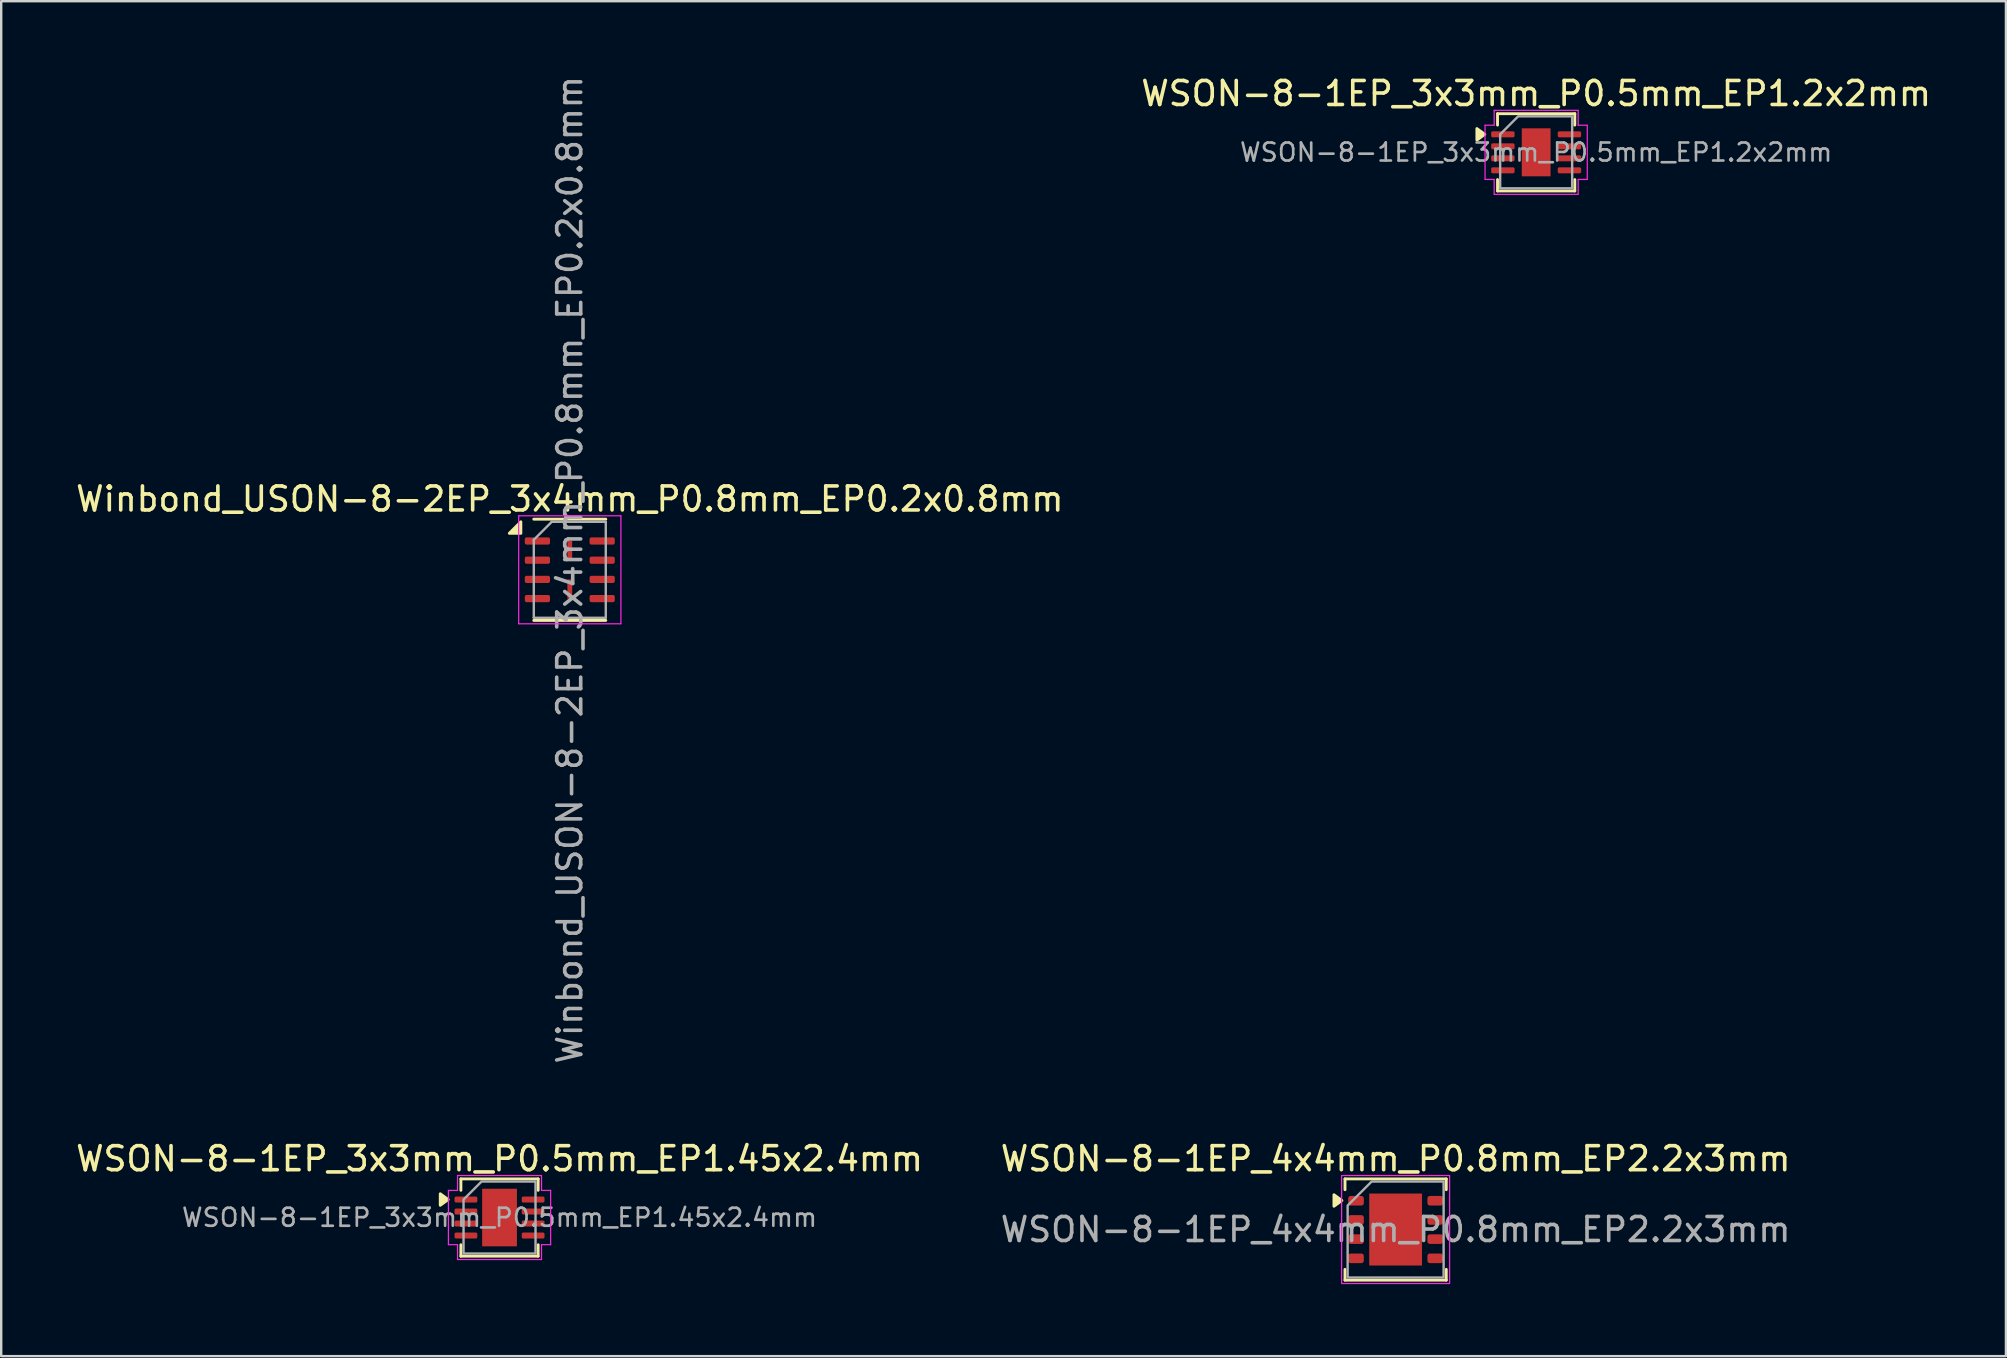
<source format=kicad_pcb>
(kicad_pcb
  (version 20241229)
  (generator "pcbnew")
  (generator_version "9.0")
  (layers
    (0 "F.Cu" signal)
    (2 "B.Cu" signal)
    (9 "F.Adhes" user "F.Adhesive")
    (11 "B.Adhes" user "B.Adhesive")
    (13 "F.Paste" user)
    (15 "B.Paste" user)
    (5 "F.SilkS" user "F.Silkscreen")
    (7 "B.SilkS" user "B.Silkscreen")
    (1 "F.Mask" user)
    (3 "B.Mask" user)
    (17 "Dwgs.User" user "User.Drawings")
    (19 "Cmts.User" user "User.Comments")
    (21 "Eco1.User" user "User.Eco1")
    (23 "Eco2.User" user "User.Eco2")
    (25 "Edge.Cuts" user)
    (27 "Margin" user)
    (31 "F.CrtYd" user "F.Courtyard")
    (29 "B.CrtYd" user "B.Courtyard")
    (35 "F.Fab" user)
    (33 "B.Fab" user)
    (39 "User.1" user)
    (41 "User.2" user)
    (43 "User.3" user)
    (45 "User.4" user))
  (footprint "Winbond_USON-8-2EP_3x4mm_P0.8mm_EP0.2x0.8mm"
    (layer "F.Cu")
    (at 20.696 20.696)
    (property "Reference" "Winbond_USON-8-2EP_3x4mm_P0.8mm_EP0.2x0.8mm" (at 0 -2.95 0) (layer "F.SilkS") (effects (font (size 1 1) (thickness 0.15))))
    (attr smd)
    (fp_line (start -1.5 -2.11) (end 1.5 -2.11) (stroke (width 0.12) (type solid)) (layer "F.SilkS"))
    (fp_line (start -1.5 2.11) (end 1.5 2.11) (stroke (width 0.12) (type solid)) (layer "F.SilkS"))
    (fp_poly (pts (xy -2.04 -1.52) (xy -2.52 -1.52) (xy -2.04 -2) (xy -2.04 -1.52)) (stroke (width 0.12) (type solid)) (fill yes) (layer "F.SilkS"))
    (fp_line (start -2.13 -2.25) (end -2.13 2.25) (stroke (width 0.05) (type solid)) (layer "F.CrtYd"))
    (fp_line (start -2.13 2.25) (end 2.13 2.25) (stroke (width 0.05) (type solid)) (layer "F.CrtYd"))
    (fp_line (start 2.13 -2.25) (end -2.13 -2.25) (stroke (width 0.05) (type solid)) (layer "F.CrtYd"))
    (fp_line (start 2.13 2.25) (end 2.13 -2.25) (stroke (width 0.05) (type solid)) (layer "F.CrtYd"))
    (fp_line (start -1.5 -1.25) (end -0.75 -2) (stroke (width 0.1) (type solid)) (layer "F.Fab"))
    (fp_line (start -1.5 2) (end -1.5 -1.25) (stroke (width 0.1) (type solid)) (layer "F.Fab"))
    (fp_line (start -0.75 -2) (end 1.5 -2) (stroke (width 0.1) (type solid)) (layer "F.Fab"))
    (fp_line (start 1.5 -2) (end 1.5 2) (stroke (width 0.1) (type solid)) (layer "F.Fab"))
    (fp_line (start 1.5 2) (end -1.5 2) (stroke (width 0.1) (type solid)) (layer "F.Fab"))
    (fp_text user "${REFERENCE}" (at 0 0 90) (layer "F.Fab") (effects (font (size 1 1) (thickness 0.15))))
    (pad "1" smd roundrect (at -1.35 -1.2) (size 1.05 0.3) (layers "F.Cu" "F.Mask" "F.Paste") (roundrect_rratio 0.25))
    (pad "2" smd roundrect (at -1.35 -0.4) (size 1.05 0.3) (layers "F.Cu" "F.Mask" "F.Paste") (roundrect_rratio 0.25))
    (pad "3" smd roundrect (at -1.35 0.4) (size 1.05 0.3) (layers "F.Cu" "F.Mask" "F.Paste") (roundrect_rratio 0.25))
    (pad "4" smd roundrect (at -1.35 1.2) (size 1.05 0.3) (layers "F.Cu" "F.Mask" "F.Paste") (roundrect_rratio 0.25))
    (pad "5" smd roundrect (at 1.35 1.2) (size 1.05 0.3) (layers "F.Cu" "F.Mask" "F.Paste") (roundrect_rratio 0.25))
    (pad "6" smd roundrect (at 1.35 0.4) (size 1.05 0.3) (layers "F.Cu" "F.Mask" "F.Paste") (roundrect_rratio 0.25))
    (pad "7" smd roundrect (at 1.35 -0.4) (size 1.05 0.3) (layers "F.Cu" "F.Mask" "F.Paste") (roundrect_rratio 0.25))
    (pad "8" smd roundrect (at 1.35 -1.2) (size 1.05 0.3) (layers "F.Cu" "F.Mask" "F.Paste") (roundrect_rratio 0.25))
    (pad "9" smd roundrect (at 0 -0.8) (size 0.2 0.8) (layers "F.Cu" "F.Mask" "F.Paste") (roundrect_rratio 0.02))
    (pad "9" smd roundrect (at 0 0.8) (size 0.2 0.8) (layers "F.Cu" "F.Mask" "F.Paste") (roundrect_rratio 0.02)))
  (footprint "WSON-8-1EP_3x3mm_P0.5mm_EP1.2x2mm"
    (layer "F.Cu")
    (at 60.97 3.298)
    (property "Reference" "WSON-8-1EP_3x3mm_P0.5mm_EP1.2x2mm" (at 0 -2.45 0) (layer "F.SilkS") (effects (font (size 1 1) (thickness 0.15))))
    (attr smd)
    (fp_line (start -1.61 -1.61) (end 1.61 -1.61) (stroke (width 0.12) (type solid)) (layer "F.SilkS"))
    (fp_line (start -1.61 -1.135) (end -1.61 -1.61) (stroke (width 0.12) (type solid)) (layer "F.SilkS"))
    (fp_line (start -1.61 1.61) (end -1.61 1.135) (stroke (width 0.12) (type solid)) (layer "F.SilkS"))
    (fp_line (start 1.61 -1.61) (end 1.61 -1.135) (stroke (width 0.12) (type solid)) (layer "F.SilkS"))
    (fp_line (start 1.61 1.135) (end 1.61 1.61) (stroke (width 0.12) (type solid)) (layer "F.SilkS"))
    (fp_line (start 1.61 1.61) (end -1.61 1.61) (stroke (width 0.12) (type solid)) (layer "F.SilkS"))
    (fp_poly (pts (xy -2.14 -0.75) (xy -2.47 -0.51) (xy -2.47 -0.99)) (stroke (width 0.12) (type solid)) (fill yes) (layer "F.SilkS"))
    (fp_line (start -2.13 -1.13) (end -1.75 -1.13) (stroke (width 0.05) (type solid)) (layer "F.CrtYd"))
    (fp_line (start -2.13 1.13) (end -2.13 -1.13) (stroke (width 0.05) (type solid)) (layer "F.CrtYd"))
    (fp_line (start -1.75 -1.75) (end 1.75 -1.75) (stroke (width 0.05) (type solid)) (layer "F.CrtYd"))
    (fp_line (start -1.75 -1.13) (end -1.75 -1.75) (stroke (width 0.05) (type solid)) (layer "F.CrtYd"))
    (fp_line (start -1.75 1.13) (end -2.13 1.13) (stroke (width 0.05) (type solid)) (layer "F.CrtYd"))
    (fp_line (start -1.75 1.75) (end -1.75 1.13) (stroke (width 0.05) (type solid)) (layer "F.CrtYd"))
    (fp_line (start 1.75 -1.75) (end 1.75 -1.13) (stroke (width 0.05) (type solid)) (layer "F.CrtYd"))
    (fp_line (start 1.75 -1.13) (end 2.13 -1.13) (stroke (width 0.05) (type solid)) (layer "F.CrtYd"))
    (fp_line (start 1.75 1.13) (end 1.75 1.75) (stroke (width 0.05) (type solid)) (layer "F.CrtYd"))
    (fp_line (start 1.75 1.75) (end -1.75 1.75) (stroke (width 0.05) (type solid)) (layer "F.CrtYd"))
    (fp_line (start 2.13 -1.13) (end 2.13 1.13) (stroke (width 0.05) (type solid)) (layer "F.CrtYd"))
    (fp_line (start 2.13 1.13) (end 1.75 1.13) (stroke (width 0.05) (type solid)) (layer "F.CrtYd"))
    (fp_poly (pts (xy -1.5 -0.75) (xy -1.5 1.5) (xy 1.5 1.5) (xy 1.5 -1.5) (xy -0.75 -1.5)) (stroke (width 0.1) (type solid)) (fill no) (layer "F.Fab"))
    (fp_text user "${REFERENCE}" (at 0 0 0) (layer "F.Fab") (effects (font (size 0.75 0.75) (thickness 0.11))))
    (pad "" smd roundrect (at 0 -0.5) (size 0.97 0.81) (layers "F.Paste") (roundrect_rratio 0.25))
    (pad "" smd roundrect (at 0 0.5) (size 0.97 0.81) (layers "F.Paste") (roundrect_rratio 0.25))
    (pad "1" smd roundrect (at -1.387 -0.75) (size 0.975 0.25) (layers "F.Cu" "F.Mask" "F.Paste") (roundrect_rratio 0.25))
    (pad "2" smd roundrect (at -1.387 -0.25) (size 0.975 0.25) (layers "F.Cu" "F.Mask" "F.Paste") (roundrect_rratio 0.25))
    (pad "3" smd roundrect (at -1.387 0.25) (size 0.975 0.25) (layers "F.Cu" "F.Mask" "F.Paste") (roundrect_rratio 0.25))
    (pad "4" smd roundrect (at -1.387 0.75) (size 0.975 0.25) (layers "F.Cu" "F.Mask" "F.Paste") (roundrect_rratio 0.25))
    (pad "5" smd roundrect (at 1.387 0.75) (size 0.975 0.25) (layers "F.Cu" "F.Mask" "F.Paste") (roundrect_rratio 0.25))
    (pad "6" smd roundrect (at 1.387 0.25) (size 0.975 0.25) (layers "F.Cu" "F.Mask" "F.Paste") (roundrect_rratio 0.25))
    (pad "7" smd roundrect (at 1.387 -0.25) (size 0.975 0.25) (layers "F.Cu" "F.Mask" "F.Paste") (roundrect_rratio 0.25))
    (pad "8" smd roundrect (at 1.387 -0.75) (size 0.975 0.25) (layers "F.Cu" "F.Mask" "F.Paste") (roundrect_rratio 0.25))
    (pad "9" smd rect (at 0 0) (size 1.2 2) (property pad_prop_heatsink) (layers "F.Cu" "F.Mask")))
  (footprint "WSON-8-1EP_3x3mm_P0.5mm_EP1.45x2.4mm"
    (layer "F.Cu")
    (at 17.768 47.691)
    (property "Reference" "WSON-8-1EP_3x3mm_P0.5mm_EP1.45x2.4mm" (at 0 -2.45 0) (layer "F.SilkS") (effects (font (size 1 1) (thickness 0.15))))
    (attr smd)
    (fp_line (start -1.61 -1.61) (end 1.61 -1.61) (stroke (width 0.12) (type solid)) (layer "F.SilkS"))
    (fp_line (start -1.61 -1.135) (end -1.61 -1.61) (stroke (width 0.12) (type solid)) (layer "F.SilkS"))
    (fp_line (start -1.61 1.61) (end -1.61 1.135) (stroke (width 0.12) (type solid)) (layer "F.SilkS"))
    (fp_line (start 1.61 -1.61) (end 1.61 -1.135) (stroke (width 0.12) (type solid)) (layer "F.SilkS"))
    (fp_line (start 1.61 1.135) (end 1.61 1.61) (stroke (width 0.12) (type solid)) (layer "F.SilkS"))
    (fp_line (start 1.61 1.61) (end -1.61 1.61) (stroke (width 0.12) (type solid)) (layer "F.SilkS"))
    (fp_poly (pts (xy -2.14 -0.75) (xy -2.47 -0.51) (xy -2.47 -0.99)) (stroke (width 0.12) (type solid)) (fill yes) (layer "F.SilkS"))
    (fp_line (start -2.13 -1.13) (end -1.75 -1.13) (stroke (width 0.05) (type solid)) (layer "F.CrtYd"))
    (fp_line (start -2.13 1.13) (end -2.13 -1.13) (stroke (width 0.05) (type solid)) (layer "F.CrtYd"))
    (fp_line (start -1.75 -1.75) (end 1.75 -1.75) (stroke (width 0.05) (type solid)) (layer "F.CrtYd"))
    (fp_line (start -1.75 -1.13) (end -1.75 -1.75) (stroke (width 0.05) (type solid)) (layer "F.CrtYd"))
    (fp_line (start -1.75 1.13) (end -2.13 1.13) (stroke (width 0.05) (type solid)) (layer "F.CrtYd"))
    (fp_line (start -1.75 1.75) (end -1.75 1.13) (stroke (width 0.05) (type solid)) (layer "F.CrtYd"))
    (fp_line (start 1.75 -1.75) (end 1.75 -1.13) (stroke (width 0.05) (type solid)) (layer "F.CrtYd"))
    (fp_line (start 1.75 -1.13) (end 2.13 -1.13) (stroke (width 0.05) (type solid)) (layer "F.CrtYd"))
    (fp_line (start 1.75 1.13) (end 1.75 1.75) (stroke (width 0.05) (type solid)) (layer "F.CrtYd"))
    (fp_line (start 1.75 1.75) (end -1.75 1.75) (stroke (width 0.05) (type solid)) (layer "F.CrtYd"))
    (fp_line (start 2.13 -1.13) (end 2.13 1.13) (stroke (width 0.05) (type solid)) (layer "F.CrtYd"))
    (fp_line (start 2.13 1.13) (end 1.75 1.13) (stroke (width 0.05) (type solid)) (layer "F.CrtYd"))
    (fp_poly (pts (xy -1.5 -0.75) (xy -1.5 1.5) (xy 1.5 1.5) (xy 1.5 -1.5) (xy -0.75 -1.5)) (stroke (width 0.1) (type solid)) (fill no) (layer "F.Fab"))
    (fp_text user "${REFERENCE}" (at 0 0 0) (layer "F.Fab") (effects (font (size 0.75 0.75) (thickness 0.11))))
    (pad "" smd roundrect (at 0 -0.6) (size 1.17 0.97) (layers "F.Paste") (roundrect_rratio 0.25))
    (pad "" smd roundrect (at 0 0.6) (size 1.17 0.97) (layers "F.Paste") (roundrect_rratio 0.25))
    (pad "1" smd roundrect (at -1.4 -0.75) (size 0.95 0.25) (layers "F.Cu" "F.Mask" "F.Paste") (roundrect_rratio 0.25))
    (pad "2" smd roundrect (at -1.4 -0.25) (size 0.95 0.25) (layers "F.Cu" "F.Mask" "F.Paste") (roundrect_rratio 0.25))
    (pad "3" smd roundrect (at -1.4 0.25) (size 0.95 0.25) (layers "F.Cu" "F.Mask" "F.Paste") (roundrect_rratio 0.25))
    (pad "4" smd roundrect (at -1.4 0.75) (size 0.95 0.25) (layers "F.Cu" "F.Mask" "F.Paste") (roundrect_rratio 0.25))
    (pad "5" smd roundrect (at 1.4 0.75) (size 0.95 0.25) (layers "F.Cu" "F.Mask" "F.Paste") (roundrect_rratio 0.25))
    (pad "6" smd roundrect (at 1.4 0.25) (size 0.95 0.25) (layers "F.Cu" "F.Mask" "F.Paste") (roundrect_rratio 0.25))
    (pad "7" smd roundrect (at 1.4 -0.25) (size 0.95 0.25) (layers "F.Cu" "F.Mask" "F.Paste") (roundrect_rratio 0.25))
    (pad "8" smd roundrect (at 1.4 -0.75) (size 0.95 0.25) (layers "F.Cu" "F.Mask" "F.Paste") (roundrect_rratio 0.25))
    (pad "9" smd rect (at 0 0) (size 1.45 2.4) (property pad_prop_heatsink) (layers "F.Cu" "F.Mask")))
  (footprint "WSON-8-1EP_4x4mm_P0.8mm_EP2.2x3mm"
    (layer "F.Cu")
    (at 55.113 48.191)
    (property "Reference" "WSON-8-1EP_4x4mm_P0.8mm_EP2.2x3mm" (at 0 -2.95 0) (layer "F.SilkS") (effects (font (size 1 1) (thickness 0.15))))
    (attr smd)
    (fp_line (start -2.11 -2.11) (end 2.11 -2.11) (stroke (width 0.12) (type solid)) (layer "F.SilkS"))
    (fp_line (start -2.11 -1.66) (end -2.11 -2.11) (stroke (width 0.12) (type solid)) (layer "F.SilkS"))
    (fp_line (start -2.11 2.11) (end -2.11 1.66) (stroke (width 0.12) (type solid)) (layer "F.SilkS"))
    (fp_line (start 2.11 -2.11) (end 2.11 -1.66) (stroke (width 0.12) (type solid)) (layer "F.SilkS"))
    (fp_line (start 2.11 1.66) (end 2.11 2.11) (stroke (width 0.12) (type solid)) (layer "F.SilkS"))
    (fp_line (start 2.11 2.11) (end -2.11 2.11) (stroke (width 0.12) (type solid)) (layer "F.SilkS"))
    (fp_poly (pts (xy -2.24 -1.21) (xy -2.57 -0.97) (xy -2.57 -1.45)) (stroke (width 0.12) (type solid)) (fill yes) (layer "F.SilkS"))
    (fp_rect (start -2.25 -2.25) (end 2.25 2.25) (stroke (width 0.05) (type solid)) (fill no) (layer "F.CrtYd"))
    (fp_poly (pts (xy -2 -1) (xy -2 2) (xy 2 2) (xy 2 -2) (xy -1 -2)) (stroke (width 0.1) (type solid)) (fill no) (layer "F.Fab"))
    (fp_text user "${REFERENCE}" (at 0 0 0) (layer "F.Fab") (effects (font (size 1 1) (thickness 0.15))))
    (pad "" smd roundrect (at -0.55 -0.75) (size 0.89 1.21) (layers "F.Paste") (roundrect_rratio 0.25))
    (pad "" smd roundrect (at -0.55 0.75) (size 0.89 1.21) (layers "F.Paste") (roundrect_rratio 0.25))
    (pad "" smd roundrect (at 0.55 -0.75) (size 0.89 1.21) (layers "F.Paste") (roundrect_rratio 0.25))
    (pad "" smd roundrect (at 0.55 0.75) (size 0.89 1.21) (layers "F.Paste") (roundrect_rratio 0.25))
    (pad "1" smd roundrect (at -1.65 -1.2) (size 0.65 0.4) (layers "F.Cu" "F.Mask" "F.Paste") (roundrect_rratio 0.25))
    (pad "2" smd roundrect (at -1.65 -0.4) (size 0.65 0.4) (layers "F.Cu" "F.Mask" "F.Paste") (roundrect_rratio 0.25))
    (pad "3" smd roundrect (at -1.65 0.4) (size 0.65 0.4) (layers "F.Cu" "F.Mask" "F.Paste") (roundrect_rratio 0.25))
    (pad "4" smd roundrect (at -1.65 1.2) (size 0.65 0.4) (layers "F.Cu" "F.Mask" "F.Paste") (roundrect_rratio 0.25))
    (pad "5" smd roundrect (at 1.65 1.2) (size 0.65 0.4) (layers "F.Cu" "F.Mask" "F.Paste") (roundrect_rratio 0.25))
    (pad "6" smd roundrect (at 1.65 0.4) (size 0.65 0.4) (layers "F.Cu" "F.Mask" "F.Paste") (roundrect_rratio 0.25))
    (pad "7" smd roundrect (at 1.65 -0.4) (size 0.65 0.4) (layers "F.Cu" "F.Mask" "F.Paste") (roundrect_rratio 0.25))
    (pad "8" smd roundrect (at 1.65 -1.2) (size 0.65 0.4) (layers "F.Cu" "F.Mask" "F.Paste") (roundrect_rratio 0.25))
    (pad "9" smd rect (at 0 0) (size 2.2 3) (property pad_prop_heatsink) (layers "F.Cu" "F.Mask")))
  (gr_rect
    (start -3 -3)
    (end 80.548 53.466)
    (stroke (width 0.1) (type default))
    (fill no)
    (layer "Edge.Cuts")))
</source>
